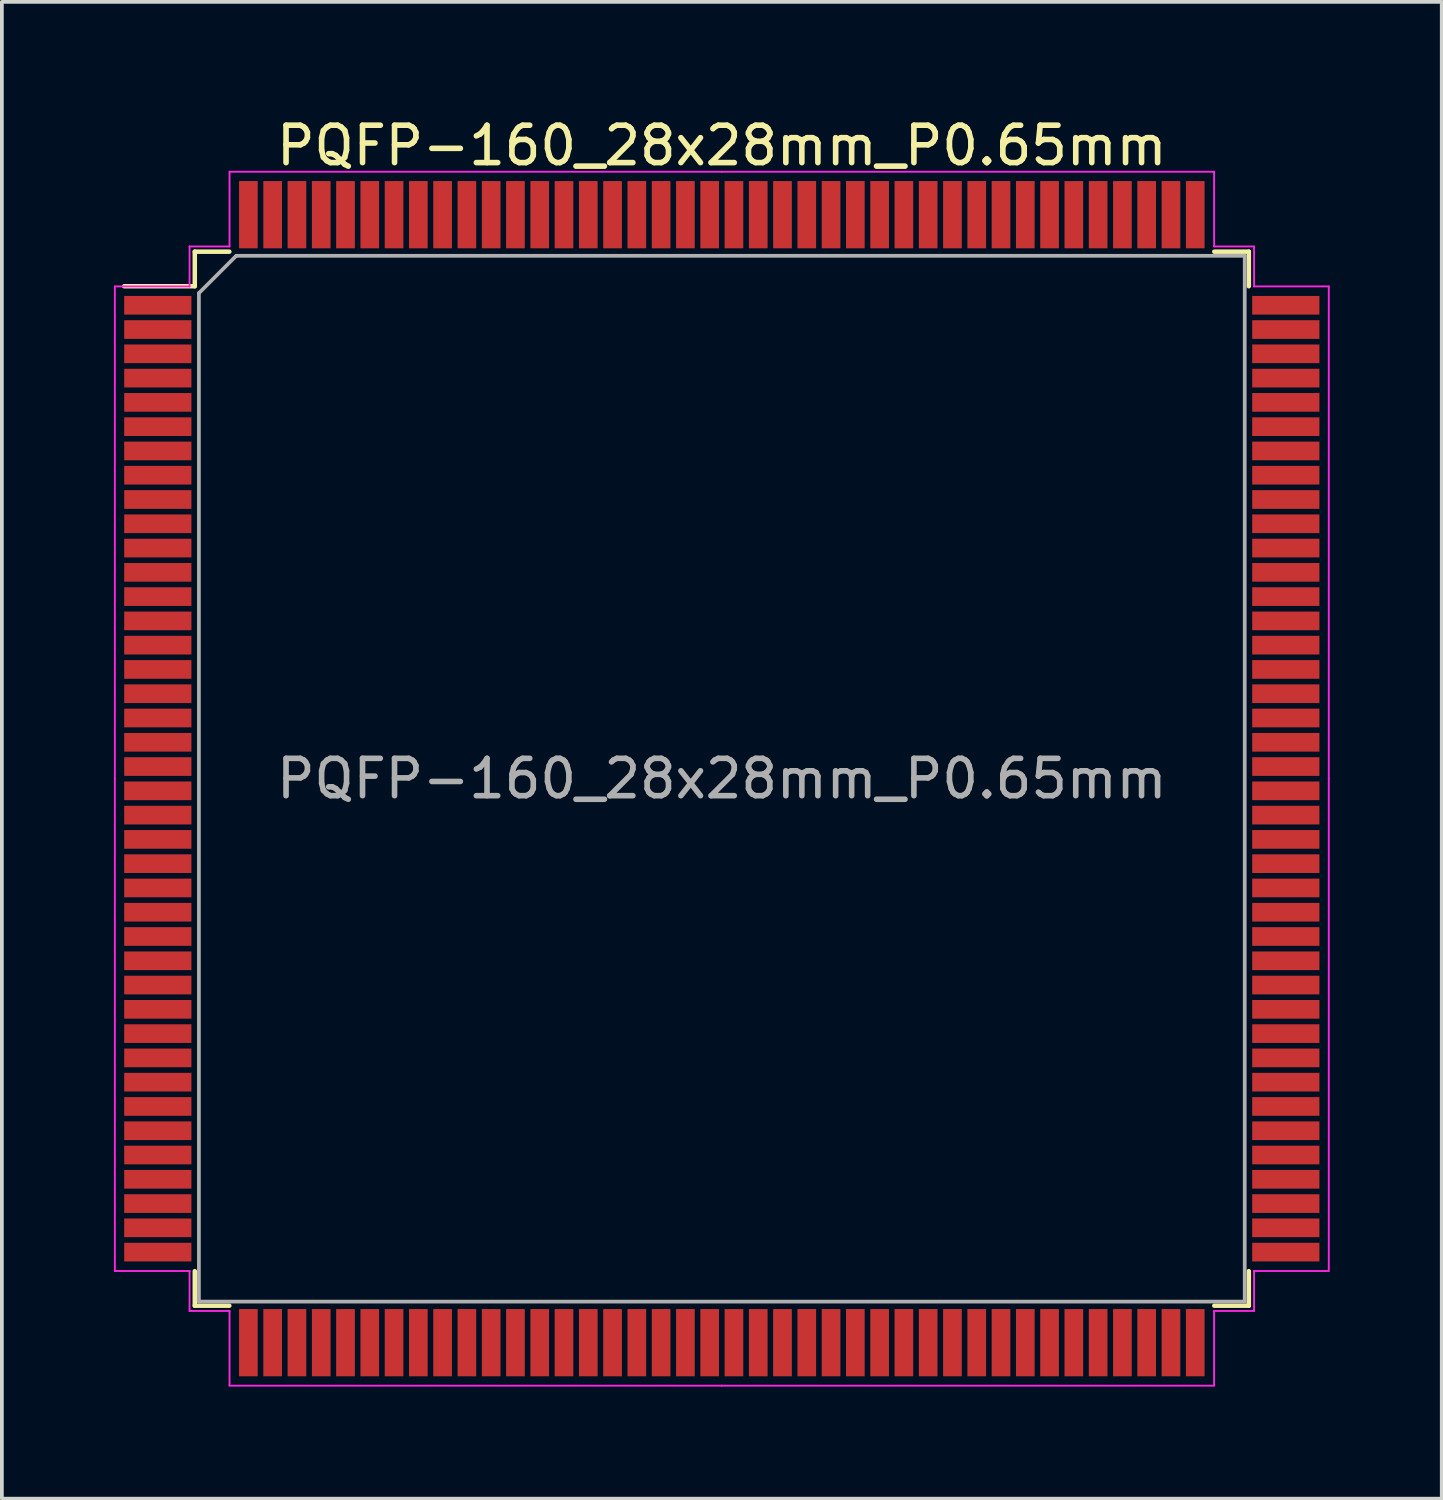
<source format=kicad_pcb>
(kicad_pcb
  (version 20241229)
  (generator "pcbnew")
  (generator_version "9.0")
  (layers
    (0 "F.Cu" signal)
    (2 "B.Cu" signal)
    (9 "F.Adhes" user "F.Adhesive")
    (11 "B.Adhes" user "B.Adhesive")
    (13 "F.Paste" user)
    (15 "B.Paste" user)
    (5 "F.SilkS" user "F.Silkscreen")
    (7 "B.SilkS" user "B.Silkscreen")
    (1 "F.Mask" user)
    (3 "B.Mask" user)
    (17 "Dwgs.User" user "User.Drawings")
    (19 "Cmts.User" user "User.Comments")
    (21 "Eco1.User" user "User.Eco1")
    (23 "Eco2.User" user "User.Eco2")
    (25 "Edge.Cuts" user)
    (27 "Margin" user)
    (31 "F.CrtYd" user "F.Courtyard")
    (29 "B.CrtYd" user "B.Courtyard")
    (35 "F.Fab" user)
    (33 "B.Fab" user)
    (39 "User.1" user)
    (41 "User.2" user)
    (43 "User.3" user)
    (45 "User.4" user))
  (footprint "PQFP-160_28x28mm_P0.65mm"
    (layer "F.Cu")
    (at 16.275 17.798)
    (property "Reference" "PQFP-160_28x28mm_P0.65mm" (at 0 -16.95 0) (layer "F.SilkS") (effects (font (size 1 1) (thickness 0.15))))
    (attr smd)
    (fp_line (start -14.11 -14.11) (end -14.11 -13.185) (stroke (width 0.12) (type solid)) (layer "F.SilkS"))
    (fp_line (start -14.11 -13.185) (end -16 -13.185) (stroke (width 0.12) (type solid)) (layer "F.SilkS"))
    (fp_line (start -14.11 14.11) (end -14.11 13.185) (stroke (width 0.12) (type solid)) (layer "F.SilkS"))
    (fp_line (start -13.185 -14.11) (end -14.11 -14.11) (stroke (width 0.12) (type solid)) (layer "F.SilkS"))
    (fp_line (start -13.185 14.11) (end -14.11 14.11) (stroke (width 0.12) (type solid)) (layer "F.SilkS"))
    (fp_line (start 13.185 -14.11) (end 14.11 -14.11) (stroke (width 0.12) (type solid)) (layer "F.SilkS"))
    (fp_line (start 13.185 14.11) (end 14.11 14.11) (stroke (width 0.12) (type solid)) (layer "F.SilkS"))
    (fp_line (start 14.11 -14.11) (end 14.11 -13.185) (stroke (width 0.12) (type solid)) (layer "F.SilkS"))
    (fp_line (start 14.11 14.11) (end 14.11 13.185) (stroke (width 0.12) (type solid)) (layer "F.SilkS"))
    (fp_line (start -16.25 -13.18) (end -16.25 0) (stroke (width 0.05) (type solid)) (layer "F.CrtYd"))
    (fp_line (start -16.25 13.18) (end -16.25 0) (stroke (width 0.05) (type solid)) (layer "F.CrtYd"))
    (fp_line (start -14.25 -14.25) (end -14.25 -13.18) (stroke (width 0.05) (type solid)) (layer "F.CrtYd"))
    (fp_line (start -14.25 -13.18) (end -16.25 -13.18) (stroke (width 0.05) (type solid)) (layer "F.CrtYd"))
    (fp_line (start -14.25 13.18) (end -16.25 13.18) (stroke (width 0.05) (type solid)) (layer "F.CrtYd"))
    (fp_line (start -14.25 14.25) (end -14.25 13.18) (stroke (width 0.05) (type solid)) (layer "F.CrtYd"))
    (fp_line (start -13.18 -16.25) (end -13.18 -14.25) (stroke (width 0.05) (type solid)) (layer "F.CrtYd"))
    (fp_line (start -13.18 -14.25) (end -14.25 -14.25) (stroke (width 0.05) (type solid)) (layer "F.CrtYd"))
    (fp_line (start -13.18 14.25) (end -14.25 14.25) (stroke (width 0.05) (type solid)) (layer "F.CrtYd"))
    (fp_line (start -13.18 16.25) (end -13.18 14.25) (stroke (width 0.05) (type solid)) (layer "F.CrtYd"))
    (fp_line (start 0 -16.25) (end -13.18 -16.25) (stroke (width 0.05) (type solid)) (layer "F.CrtYd"))
    (fp_line (start 0 -16.25) (end 13.18 -16.25) (stroke (width 0.05) (type solid)) (layer "F.CrtYd"))
    (fp_line (start 0 16.25) (end -13.18 16.25) (stroke (width 0.05) (type solid)) (layer "F.CrtYd"))
    (fp_line (start 0 16.25) (end 13.18 16.25) (stroke (width 0.05) (type solid)) (layer "F.CrtYd"))
    (fp_line (start 13.18 -16.25) (end 13.18 -14.25) (stroke (width 0.05) (type solid)) (layer "F.CrtYd"))
    (fp_line (start 13.18 -14.25) (end 14.25 -14.25) (stroke (width 0.05) (type solid)) (layer "F.CrtYd"))
    (fp_line (start 13.18 14.25) (end 14.25 14.25) (stroke (width 0.05) (type solid)) (layer "F.CrtYd"))
    (fp_line (start 13.18 16.25) (end 13.18 14.25) (stroke (width 0.05) (type solid)) (layer "F.CrtYd"))
    (fp_line (start 14.25 -14.25) (end 14.25 -13.18) (stroke (width 0.05) (type solid)) (layer "F.CrtYd"))
    (fp_line (start 14.25 -13.18) (end 16.25 -13.18) (stroke (width 0.05) (type solid)) (layer "F.CrtYd"))
    (fp_line (start 14.25 13.18) (end 16.25 13.18) (stroke (width 0.05) (type solid)) (layer "F.CrtYd"))
    (fp_line (start 14.25 14.25) (end 14.25 13.18) (stroke (width 0.05) (type solid)) (layer "F.CrtYd"))
    (fp_line (start 16.25 -13.18) (end 16.25 0) (stroke (width 0.05) (type solid)) (layer "F.CrtYd"))
    (fp_line (start 16.25 13.18) (end 16.25 0) (stroke (width 0.05) (type solid)) (layer "F.CrtYd"))
    (fp_line (start -14 -13) (end -13 -14) (stroke (width 0.1) (type solid)) (layer "F.Fab"))
    (fp_line (start -14 14) (end -14 -13) (stroke (width 0.1) (type solid)) (layer "F.Fab"))
    (fp_line (start -13 -14) (end 14 -14) (stroke (width 0.1) (type solid)) (layer "F.Fab"))
    (fp_line (start 14 -14) (end 14 14) (stroke (width 0.1) (type solid)) (layer "F.Fab"))
    (fp_line (start 14 14) (end -14 14) (stroke (width 0.1) (type solid)) (layer "F.Fab"))
    (fp_text user "${REFERENCE}" (at 0 0 0) (layer "F.Fab") (effects (font (size 1 1) (thickness 0.15))))
    (pad "1" smd rect (at -15.1 -12.675) (size 1.8 0.5) (layers "F.Cu" "F.Mask" "F.Paste"))
    (pad "2" smd rect (at -15.1 -12.025) (size 1.8 0.5) (layers "F.Cu" "F.Mask" "F.Paste"))
    (pad "3" smd rect (at -15.1 -11.375) (size 1.8 0.5) (layers "F.Cu" "F.Mask" "F.Paste"))
    (pad "4" smd rect (at -15.1 -10.725) (size 1.8 0.5) (layers "F.Cu" "F.Mask" "F.Paste"))
    (pad "5" smd rect (at -15.1 -10.075) (size 1.8 0.5) (layers "F.Cu" "F.Mask" "F.Paste"))
    (pad "6" smd rect (at -15.1 -9.425) (size 1.8 0.5) (layers "F.Cu" "F.Mask" "F.Paste"))
    (pad "7" smd rect (at -15.1 -8.775) (size 1.8 0.5) (layers "F.Cu" "F.Mask" "F.Paste"))
    (pad "8" smd rect (at -15.1 -8.125) (size 1.8 0.5) (layers "F.Cu" "F.Mask" "F.Paste"))
    (pad "9" smd rect (at -15.1 -7.475) (size 1.8 0.5) (layers "F.Cu" "F.Mask" "F.Paste"))
    (pad "10" smd rect (at -15.1 -6.825) (size 1.8 0.5) (layers "F.Cu" "F.Mask" "F.Paste"))
    (pad "11" smd rect (at -15.1 -6.175) (size 1.8 0.5) (layers "F.Cu" "F.Mask" "F.Paste"))
    (pad "12" smd rect (at -15.1 -5.525) (size 1.8 0.5) (layers "F.Cu" "F.Mask" "F.Paste"))
    (pad "13" smd rect (at -15.1 -4.875) (size 1.8 0.5) (layers "F.Cu" "F.Mask" "F.Paste"))
    (pad "14" smd rect (at -15.1 -4.225) (size 1.8 0.5) (layers "F.Cu" "F.Mask" "F.Paste"))
    (pad "15" smd rect (at -15.1 -3.575) (size 1.8 0.5) (layers "F.Cu" "F.Mask" "F.Paste"))
    (pad "16" smd rect (at -15.1 -2.925) (size 1.8 0.5) (layers "F.Cu" "F.Mask" "F.Paste"))
    (pad "17" smd rect (at -15.1 -2.275) (size 1.8 0.5) (layers "F.Cu" "F.Mask" "F.Paste"))
    (pad "18" smd rect (at -15.1 -1.625) (size 1.8 0.5) (layers "F.Cu" "F.Mask" "F.Paste"))
    (pad "19" smd rect (at -15.1 -0.975) (size 1.8 0.5) (layers "F.Cu" "F.Mask" "F.Paste"))
    (pad "20" smd rect (at -15.1 -0.325) (size 1.8 0.5) (layers "F.Cu" "F.Mask" "F.Paste"))
    (pad "21" smd rect (at -15.1 0.325) (size 1.8 0.5) (layers "F.Cu" "F.Mask" "F.Paste"))
    (pad "22" smd rect (at -15.1 0.975) (size 1.8 0.5) (layers "F.Cu" "F.Mask" "F.Paste"))
    (pad "23" smd rect (at -15.1 1.625) (size 1.8 0.5) (layers "F.Cu" "F.Mask" "F.Paste"))
    (pad "24" smd rect (at -15.1 2.275) (size 1.8 0.5) (layers "F.Cu" "F.Mask" "F.Paste"))
    (pad "25" smd rect (at -15.1 2.925) (size 1.8 0.5) (layers "F.Cu" "F.Mask" "F.Paste"))
    (pad "26" smd rect (at -15.1 3.575) (size 1.8 0.5) (layers "F.Cu" "F.Mask" "F.Paste"))
    (pad "27" smd rect (at -15.1 4.225) (size 1.8 0.5) (layers "F.Cu" "F.Mask" "F.Paste"))
    (pad "28" smd rect (at -15.1 4.875) (size 1.8 0.5) (layers "F.Cu" "F.Mask" "F.Paste"))
    (pad "29" smd rect (at -15.1 5.525) (size 1.8 0.5) (layers "F.Cu" "F.Mask" "F.Paste"))
    (pad "30" smd rect (at -15.1 6.175) (size 1.8 0.5) (layers "F.Cu" "F.Mask" "F.Paste"))
    (pad "31" smd rect (at -15.1 6.825) (size 1.8 0.5) (layers "F.Cu" "F.Mask" "F.Paste"))
    (pad "32" smd rect (at -15.1 7.475) (size 1.8 0.5) (layers "F.Cu" "F.Mask" "F.Paste"))
    (pad "33" smd rect (at -15.1 8.125) (size 1.8 0.5) (layers "F.Cu" "F.Mask" "F.Paste"))
    (pad "34" smd rect (at -15.1 8.775) (size 1.8 0.5) (layers "F.Cu" "F.Mask" "F.Paste"))
    (pad "35" smd rect (at -15.1 9.425) (size 1.8 0.5) (layers "F.Cu" "F.Mask" "F.Paste"))
    (pad "36" smd rect (at -15.1 10.075) (size 1.8 0.5) (layers "F.Cu" "F.Mask" "F.Paste"))
    (pad "37" smd rect (at -15.1 10.725) (size 1.8 0.5) (layers "F.Cu" "F.Mask" "F.Paste"))
    (pad "38" smd rect (at -15.1 11.375) (size 1.8 0.5) (layers "F.Cu" "F.Mask" "F.Paste"))
    (pad "39" smd rect (at -15.1 12.025) (size 1.8 0.5) (layers "F.Cu" "F.Mask" "F.Paste"))
    (pad "40" smd rect (at -15.1 12.675) (size 1.8 0.5) (layers "F.Cu" "F.Mask" "F.Paste"))
    (pad "41" smd rect (at -12.675 15.1) (size 0.5 1.8) (layers "F.Cu" "F.Mask" "F.Paste"))
    (pad "42" smd rect (at -12.025 15.1) (size 0.5 1.8) (layers "F.Cu" "F.Mask" "F.Paste"))
    (pad "43" smd rect (at -11.375 15.1) (size 0.5 1.8) (layers "F.Cu" "F.Mask" "F.Paste"))
    (pad "44" smd rect (at -10.725 15.1) (size 0.5 1.8) (layers "F.Cu" "F.Mask" "F.Paste"))
    (pad "45" smd rect (at -10.075 15.1) (size 0.5 1.8) (layers "F.Cu" "F.Mask" "F.Paste"))
    (pad "46" smd rect (at -9.425 15.1) (size 0.5 1.8) (layers "F.Cu" "F.Mask" "F.Paste"))
    (pad "47" smd rect (at -8.775 15.1) (size 0.5 1.8) (layers "F.Cu" "F.Mask" "F.Paste"))
    (pad "48" smd rect (at -8.125 15.1) (size 0.5 1.8) (layers "F.Cu" "F.Mask" "F.Paste"))
    (pad "49" smd rect (at -7.475 15.1) (size 0.5 1.8) (layers "F.Cu" "F.Mask" "F.Paste"))
    (pad "50" smd rect (at -6.825 15.1) (size 0.5 1.8) (layers "F.Cu" "F.Mask" "F.Paste"))
    (pad "51" smd rect (at -6.175 15.1) (size 0.5 1.8) (layers "F.Cu" "F.Mask" "F.Paste"))
    (pad "52" smd rect (at -5.525 15.1) (size 0.5 1.8) (layers "F.Cu" "F.Mask" "F.Paste"))
    (pad "53" smd rect (at -4.875 15.1) (size 0.5 1.8) (layers "F.Cu" "F.Mask" "F.Paste"))
    (pad "54" smd rect (at -4.225 15.1) (size 0.5 1.8) (layers "F.Cu" "F.Mask" "F.Paste"))
    (pad "55" smd rect (at -3.575 15.1) (size 0.5 1.8) (layers "F.Cu" "F.Mask" "F.Paste"))
    (pad "56" smd rect (at -2.925 15.1) (size 0.5 1.8) (layers "F.Cu" "F.Mask" "F.Paste"))
    (pad "57" smd rect (at -2.275 15.1) (size 0.5 1.8) (layers "F.Cu" "F.Mask" "F.Paste"))
    (pad "58" smd rect (at -1.625 15.1) (size 0.5 1.8) (layers "F.Cu" "F.Mask" "F.Paste"))
    (pad "59" smd rect (at -0.975 15.1) (size 0.5 1.8) (layers "F.Cu" "F.Mask" "F.Paste"))
    (pad "60" smd rect (at -0.325 15.1) (size 0.5 1.8) (layers "F.Cu" "F.Mask" "F.Paste"))
    (pad "61" smd rect (at 0.325 15.1) (size 0.5 1.8) (layers "F.Cu" "F.Mask" "F.Paste"))
    (pad "62" smd rect (at 0.975 15.1) (size 0.5 1.8) (layers "F.Cu" "F.Mask" "F.Paste"))
    (pad "63" smd rect (at 1.625 15.1) (size 0.5 1.8) (layers "F.Cu" "F.Mask" "F.Paste"))
    (pad "64" smd rect (at 2.275 15.1) (size 0.5 1.8) (layers "F.Cu" "F.Mask" "F.Paste"))
    (pad "65" smd rect (at 2.925 15.1) (size 0.5 1.8) (layers "F.Cu" "F.Mask" "F.Paste"))
    (pad "66" smd rect (at 3.575 15.1) (size 0.5 1.8) (layers "F.Cu" "F.Mask" "F.Paste"))
    (pad "67" smd rect (at 4.225 15.1) (size 0.5 1.8) (layers "F.Cu" "F.Mask" "F.Paste"))
    (pad "68" smd rect (at 4.875 15.1) (size 0.5 1.8) (layers "F.Cu" "F.Mask" "F.Paste"))
    (pad "69" smd rect (at 5.525 15.1) (size 0.5 1.8) (layers "F.Cu" "F.Mask" "F.Paste"))
    (pad "70" smd rect (at 6.175 15.1) (size 0.5 1.8) (layers "F.Cu" "F.Mask" "F.Paste"))
    (pad "71" smd rect (at 6.825 15.1) (size 0.5 1.8) (layers "F.Cu" "F.Mask" "F.Paste"))
    (pad "72" smd rect (at 7.475 15.1) (size 0.5 1.8) (layers "F.Cu" "F.Mask" "F.Paste"))
    (pad "73" smd rect (at 8.125 15.1) (size 0.5 1.8) (layers "F.Cu" "F.Mask" "F.Paste"))
    (pad "74" smd rect (at 8.775 15.1) (size 0.5 1.8) (layers "F.Cu" "F.Mask" "F.Paste"))
    (pad "75" smd rect (at 9.425 15.1) (size 0.5 1.8) (layers "F.Cu" "F.Mask" "F.Paste"))
    (pad "76" smd rect (at 10.075 15.1) (size 0.5 1.8) (layers "F.Cu" "F.Mask" "F.Paste"))
    (pad "77" smd rect (at 10.725 15.1) (size 0.5 1.8) (layers "F.Cu" "F.Mask" "F.Paste"))
    (pad "78" smd rect (at 11.375 15.1) (size 0.5 1.8) (layers "F.Cu" "F.Mask" "F.Paste"))
    (pad "79" smd rect (at 12.025 15.1) (size 0.5 1.8) (layers "F.Cu" "F.Mask" "F.Paste"))
    (pad "80" smd rect (at 12.675 15.1) (size 0.5 1.8) (layers "F.Cu" "F.Mask" "F.Paste"))
    (pad "81" smd rect (at 15.1 12.675) (size 1.8 0.5) (layers "F.Cu" "F.Mask" "F.Paste"))
    (pad "82" smd rect (at 15.1 12.025) (size 1.8 0.5) (layers "F.Cu" "F.Mask" "F.Paste"))
    (pad "83" smd rect (at 15.1 11.375) (size 1.8 0.5) (layers "F.Cu" "F.Mask" "F.Paste"))
    (pad "84" smd rect (at 15.1 10.725) (size 1.8 0.5) (layers "F.Cu" "F.Mask" "F.Paste"))
    (pad "85" smd rect (at 15.1 10.075) (size 1.8 0.5) (layers "F.Cu" "F.Mask" "F.Paste"))
    (pad "86" smd rect (at 15.1 9.425) (size 1.8 0.5) (layers "F.Cu" "F.Mask" "F.Paste"))
    (pad "87" smd rect (at 15.1 8.775) (size 1.8 0.5) (layers "F.Cu" "F.Mask" "F.Paste"))
    (pad "88" smd rect (at 15.1 8.125) (size 1.8 0.5) (layers "F.Cu" "F.Mask" "F.Paste"))
    (pad "89" smd rect (at 15.1 7.475) (size 1.8 0.5) (layers "F.Cu" "F.Mask" "F.Paste"))
    (pad "90" smd rect (at 15.1 6.825) (size 1.8 0.5) (layers "F.Cu" "F.Mask" "F.Paste"))
    (pad "91" smd rect (at 15.1 6.175) (size 1.8 0.5) (layers "F.Cu" "F.Mask" "F.Paste"))
    (pad "92" smd rect (at 15.1 5.525) (size 1.8 0.5) (layers "F.Cu" "F.Mask" "F.Paste"))
    (pad "93" smd rect (at 15.1 4.875) (size 1.8 0.5) (layers "F.Cu" "F.Mask" "F.Paste"))
    (pad "94" smd rect (at 15.1 4.225) (size 1.8 0.5) (layers "F.Cu" "F.Mask" "F.Paste"))
    (pad "95" smd rect (at 15.1 3.575) (size 1.8 0.5) (layers "F.Cu" "F.Mask" "F.Paste"))
    (pad "96" smd rect (at 15.1 2.925) (size 1.8 0.5) (layers "F.Cu" "F.Mask" "F.Paste"))
    (pad "97" smd rect (at 15.1 2.275) (size 1.8 0.5) (layers "F.Cu" "F.Mask" "F.Paste"))
    (pad "98" smd rect (at 15.1 1.625) (size 1.8 0.5) (layers "F.Cu" "F.Mask" "F.Paste"))
    (pad "99" smd rect (at 15.1 0.975) (size 1.8 0.5) (layers "F.Cu" "F.Mask" "F.Paste"))
    (pad "100" smd rect (at 15.1 0.325) (size 1.8 0.5) (layers "F.Cu" "F.Mask" "F.Paste"))
    (pad "101" smd rect (at 15.1 -0.325) (size 1.8 0.5) (layers "F.Cu" "F.Mask" "F.Paste"))
    (pad "102" smd rect (at 15.1 -0.975) (size 1.8 0.5) (layers "F.Cu" "F.Mask" "F.Paste"))
    (pad "103" smd rect (at 15.1 -1.625) (size 1.8 0.5) (layers "F.Cu" "F.Mask" "F.Paste"))
    (pad "104" smd rect (at 15.1 -2.275) (size 1.8 0.5) (layers "F.Cu" "F.Mask" "F.Paste"))
    (pad "105" smd rect (at 15.1 -2.925) (size 1.8 0.5) (layers "F.Cu" "F.Mask" "F.Paste"))
    (pad "106" smd rect (at 15.1 -3.575) (size 1.8 0.5) (layers "F.Cu" "F.Mask" "F.Paste"))
    (pad "107" smd rect (at 15.1 -4.225) (size 1.8 0.5) (layers "F.Cu" "F.Mask" "F.Paste"))
    (pad "108" smd rect (at 15.1 -4.875) (size 1.8 0.5) (layers "F.Cu" "F.Mask" "F.Paste"))
    (pad "109" smd rect (at 15.1 -5.525) (size 1.8 0.5) (layers "F.Cu" "F.Mask" "F.Paste"))
    (pad "110" smd rect (at 15.1 -6.175) (size 1.8 0.5) (layers "F.Cu" "F.Mask" "F.Paste"))
    (pad "111" smd rect (at 15.1 -6.825) (size 1.8 0.5) (layers "F.Cu" "F.Mask" "F.Paste"))
    (pad "112" smd rect (at 15.1 -7.475) (size 1.8 0.5) (layers "F.Cu" "F.Mask" "F.Paste"))
    (pad "113" smd rect (at 15.1 -8.125) (size 1.8 0.5) (layers "F.Cu" "F.Mask" "F.Paste"))
    (pad "114" smd rect (at 15.1 -8.775) (size 1.8 0.5) (layers "F.Cu" "F.Mask" "F.Paste"))
    (pad "115" smd rect (at 15.1 -9.425) (size 1.8 0.5) (layers "F.Cu" "F.Mask" "F.Paste"))
    (pad "116" smd rect (at 15.1 -10.075) (size 1.8 0.5) (layers "F.Cu" "F.Mask" "F.Paste"))
    (pad "117" smd rect (at 15.1 -10.725) (size 1.8 0.5) (layers "F.Cu" "F.Mask" "F.Paste"))
    (pad "118" smd rect (at 15.1 -11.375) (size 1.8 0.5) (layers "F.Cu" "F.Mask" "F.Paste"))
    (pad "119" smd rect (at 15.1 -12.025) (size 1.8 0.5) (layers "F.Cu" "F.Mask" "F.Paste"))
    (pad "120" smd rect (at 15.1 -12.675) (size 1.8 0.5) (layers "F.Cu" "F.Mask" "F.Paste"))
    (pad "121" smd rect (at 12.675 -15.1) (size 0.5 1.8) (layers "F.Cu" "F.Mask" "F.Paste"))
    (pad "122" smd rect (at 12.025 -15.1) (size 0.5 1.8) (layers "F.Cu" "F.Mask" "F.Paste"))
    (pad "123" smd rect (at 11.375 -15.1) (size 0.5 1.8) (layers "F.Cu" "F.Mask" "F.Paste"))
    (pad "124" smd rect (at 10.725 -15.1) (size 0.5 1.8) (layers "F.Cu" "F.Mask" "F.Paste"))
    (pad "125" smd rect (at 10.075 -15.1) (size 0.5 1.8) (layers "F.Cu" "F.Mask" "F.Paste"))
    (pad "126" smd rect (at 9.425 -15.1) (size 0.5 1.8) (layers "F.Cu" "F.Mask" "F.Paste"))
    (pad "127" smd rect (at 8.775 -15.1) (size 0.5 1.8) (layers "F.Cu" "F.Mask" "F.Paste"))
    (pad "128" smd rect (at 8.125 -15.1) (size 0.5 1.8) (layers "F.Cu" "F.Mask" "F.Paste"))
    (pad "129" smd rect (at 7.475 -15.1) (size 0.5 1.8) (layers "F.Cu" "F.Mask" "F.Paste"))
    (pad "130" smd rect (at 6.825 -15.1) (size 0.5 1.8) (layers "F.Cu" "F.Mask" "F.Paste"))
    (pad "131" smd rect (at 6.175 -15.1) (size 0.5 1.8) (layers "F.Cu" "F.Mask" "F.Paste"))
    (pad "132" smd rect (at 5.525 -15.1) (size 0.5 1.8) (layers "F.Cu" "F.Mask" "F.Paste"))
    (pad "133" smd rect (at 4.875 -15.1) (size 0.5 1.8) (layers "F.Cu" "F.Mask" "F.Paste"))
    (pad "134" smd rect (at 4.225 -15.1) (size 0.5 1.8) (layers "F.Cu" "F.Mask" "F.Paste"))
    (pad "135" smd rect (at 3.575 -15.1) (size 0.5 1.8) (layers "F.Cu" "F.Mask" "F.Paste"))
    (pad "136" smd rect (at 2.925 -15.1) (size 0.5 1.8) (layers "F.Cu" "F.Mask" "F.Paste"))
    (pad "137" smd rect (at 2.275 -15.1) (size 0.5 1.8) (layers "F.Cu" "F.Mask" "F.Paste"))
    (pad "138" smd rect (at 1.625 -15.1) (size 0.5 1.8) (layers "F.Cu" "F.Mask" "F.Paste"))
    (pad "139" smd rect (at 0.975 -15.1) (size 0.5 1.8) (layers "F.Cu" "F.Mask" "F.Paste"))
    (pad "140" smd rect (at 0.325 -15.1) (size 0.5 1.8) (layers "F.Cu" "F.Mask" "F.Paste"))
    (pad "141" smd rect (at -0.325 -15.1) (size 0.5 1.8) (layers "F.Cu" "F.Mask" "F.Paste"))
    (pad "142" smd rect (at -0.975 -15.1) (size 0.5 1.8) (layers "F.Cu" "F.Mask" "F.Paste"))
    (pad "143" smd rect (at -1.625 -15.1) (size 0.5 1.8) (layers "F.Cu" "F.Mask" "F.Paste"))
    (pad "144" smd rect (at -2.275 -15.1) (size 0.5 1.8) (layers "F.Cu" "F.Mask" "F.Paste"))
    (pad "145" smd rect (at -2.925 -15.1) (size 0.5 1.8) (layers "F.Cu" "F.Mask" "F.Paste"))
    (pad "146" smd rect (at -3.575 -15.1) (size 0.5 1.8) (layers "F.Cu" "F.Mask" "F.Paste"))
    (pad "147" smd rect (at -4.225 -15.1) (size 0.5 1.8) (layers "F.Cu" "F.Mask" "F.Paste"))
    (pad "148" smd rect (at -4.875 -15.1) (size 0.5 1.8) (layers "F.Cu" "F.Mask" "F.Paste"))
    (pad "149" smd rect (at -5.525 -15.1) (size 0.5 1.8) (layers "F.Cu" "F.Mask" "F.Paste"))
    (pad "150" smd rect (at -6.175 -15.1) (size 0.5 1.8) (layers "F.Cu" "F.Mask" "F.Paste"))
    (pad "151" smd rect (at -6.825 -15.1) (size 0.5 1.8) (layers "F.Cu" "F.Mask" "F.Paste"))
    (pad "152" smd rect (at -7.475 -15.1) (size 0.5 1.8) (layers "F.Cu" "F.Mask" "F.Paste"))
    (pad "153" smd rect (at -8.125 -15.1) (size 0.5 1.8) (layers "F.Cu" "F.Mask" "F.Paste"))
    (pad "154" smd rect (at -8.775 -15.1) (size 0.5 1.8) (layers "F.Cu" "F.Mask" "F.Paste"))
    (pad "155" smd rect (at -9.425 -15.1) (size 0.5 1.8) (layers "F.Cu" "F.Mask" "F.Paste"))
    (pad "156" smd rect (at -10.075 -15.1) (size 0.5 1.8) (layers "F.Cu" "F.Mask" "F.Paste"))
    (pad "157" smd rect (at -10.725 -15.1) (size 0.5 1.8) (layers "F.Cu" "F.Mask" "F.Paste"))
    (pad "158" smd rect (at -11.375 -15.1) (size 0.5 1.8) (layers "F.Cu" "F.Mask" "F.Paste"))
    (pad "159" smd rect (at -12.025 -15.1) (size 0.5 1.8) (layers "F.Cu" "F.Mask" "F.Paste"))
    (pad "160" smd rect (at -12.675 -15.1) (size 0.5 1.8) (layers "F.Cu" "F.Mask" "F.Paste")))
  (gr_rect
    (start -3 -3)
    (end 35.55 37.073)
    (stroke (width 0.1) (type default))
    (fill no)
    (layer "Edge.Cuts")))
</source>
